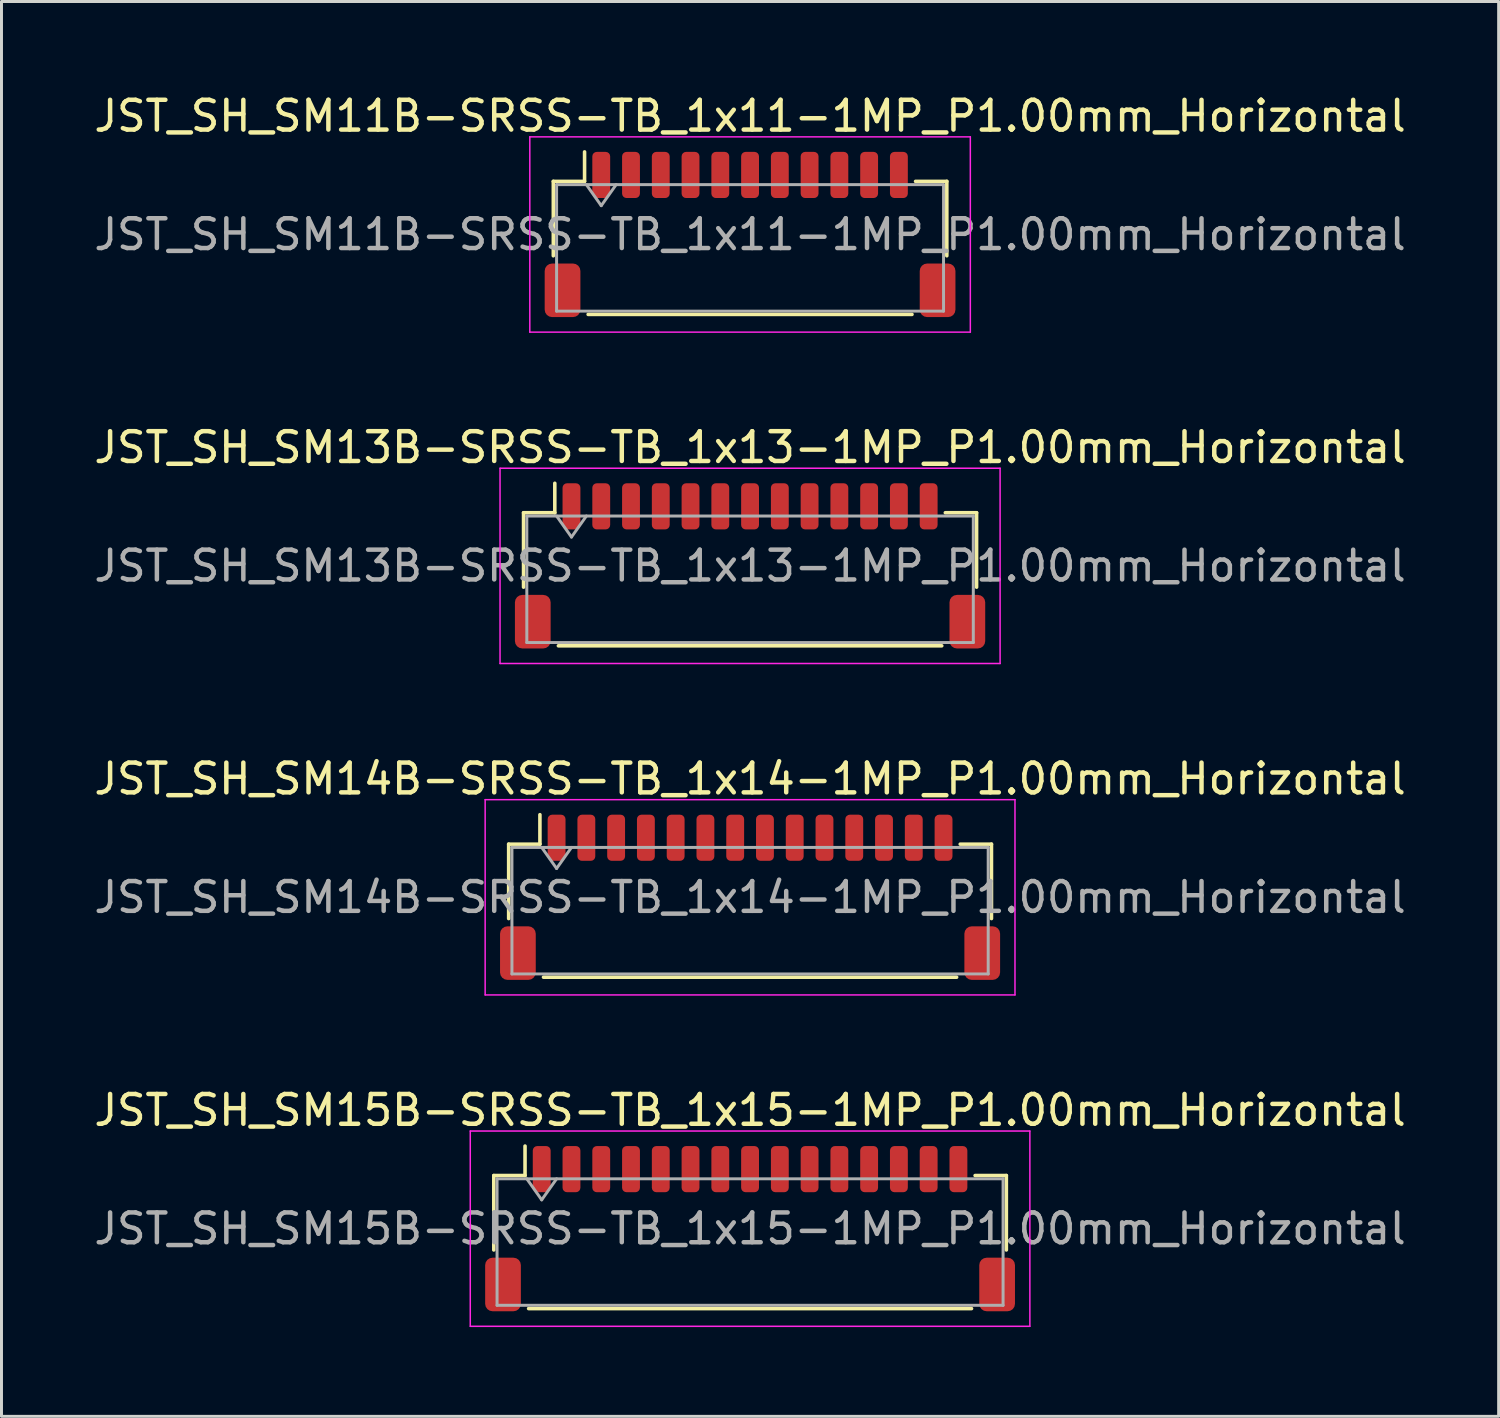
<source format=kicad_pcb>
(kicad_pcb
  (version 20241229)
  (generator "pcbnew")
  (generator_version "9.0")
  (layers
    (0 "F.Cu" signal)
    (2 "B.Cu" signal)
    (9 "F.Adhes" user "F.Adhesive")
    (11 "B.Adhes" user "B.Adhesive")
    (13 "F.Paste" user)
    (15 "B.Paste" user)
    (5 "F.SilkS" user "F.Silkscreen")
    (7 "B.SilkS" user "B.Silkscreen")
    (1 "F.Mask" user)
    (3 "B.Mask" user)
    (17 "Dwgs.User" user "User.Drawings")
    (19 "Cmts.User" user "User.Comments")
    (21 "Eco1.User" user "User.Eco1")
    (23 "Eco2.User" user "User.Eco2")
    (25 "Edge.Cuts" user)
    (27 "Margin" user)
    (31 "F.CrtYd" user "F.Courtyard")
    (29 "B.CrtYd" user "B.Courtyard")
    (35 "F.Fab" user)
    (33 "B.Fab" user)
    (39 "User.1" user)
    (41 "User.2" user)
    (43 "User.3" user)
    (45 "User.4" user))
  (footprint "JST_SH_SM14B-SRSS-TB_1x14-1MP_P1.00mm_Horizontal"
    (layer "F.Cu")
    (at 22.149 27.095)
    (property "Reference" "JST_SH_SM14B-SRSS-TB_1x14-1MP_P1.00mm_Horizontal" (at 0 -3.98 0) (layer "F.SilkS") (effects (font (size 1 1) (thickness 0.15))))
    (attr smd)
    (fp_line (start -8.11 -1.785) (end -7.06 -1.785) (stroke (width 0.12) (type solid)) (layer "F.SilkS"))
    (fp_line (start -8.11 0.715) (end -8.11 -1.785) (stroke (width 0.12) (type solid)) (layer "F.SilkS"))
    (fp_line (start -7.06 -1.785) (end -7.06 -2.775) (stroke (width 0.12) (type solid)) (layer "F.SilkS"))
    (fp_line (start -6.94 2.685) (end 6.94 2.685) (stroke (width 0.12) (type solid)) (layer "F.SilkS"))
    (fp_line (start 8.11 -1.785) (end 7.06 -1.785) (stroke (width 0.12) (type solid)) (layer "F.SilkS"))
    (fp_line (start 8.11 0.715) (end 8.11 -1.785) (stroke (width 0.12) (type solid)) (layer "F.SilkS"))
    (fp_line (start -8.9 -3.28) (end -8.9 3.28) (stroke (width 0.05) (type solid)) (layer "F.CrtYd"))
    (fp_line (start -8.9 3.28) (end 8.9 3.28) (stroke (width 0.05) (type solid)) (layer "F.CrtYd"))
    (fp_line (start 8.9 -3.28) (end -8.9 -3.28) (stroke (width 0.05) (type solid)) (layer "F.CrtYd"))
    (fp_line (start 8.9 3.28) (end 8.9 -3.28) (stroke (width 0.05) (type solid)) (layer "F.CrtYd"))
    (fp_line (start -8 -1.675) (end -8 2.575) (stroke (width 0.1) (type solid)) (layer "F.Fab"))
    (fp_line (start -8 -1.675) (end 8 -1.675) (stroke (width 0.1) (type solid)) (layer "F.Fab"))
    (fp_line (start -8 2.575) (end 8 2.575) (stroke (width 0.1) (type solid)) (layer "F.Fab"))
    (fp_line (start -7 -1.675) (end -6.5 -0.968) (stroke (width 0.1) (type solid)) (layer "F.Fab"))
    (fp_line (start -6.5 -0.968) (end -6 -1.675) (stroke (width 0.1) (type solid)) (layer "F.Fab"))
    (fp_line (start 8 -1.675) (end 8 2.575) (stroke (width 0.1) (type solid)) (layer "F.Fab"))
    (fp_text user "${REFERENCE}" (at 0 0 0) (layer "F.Fab") (effects (font (size 1 1) (thickness 0.15))))
    (pad "1" smd roundrect (at -6.5 -2) (size 0.6 1.55) (layers "F.Cu" "F.Mask" "F.Paste") (roundrect_rratio 0.25))
    (pad "2" smd roundrect (at -5.5 -2) (size 0.6 1.55) (layers "F.Cu" "F.Mask" "F.Paste") (roundrect_rratio 0.25))
    (pad "3" smd roundrect (at -4.5 -2) (size 0.6 1.55) (layers "F.Cu" "F.Mask" "F.Paste") (roundrect_rratio 0.25))
    (pad "4" smd roundrect (at -3.5 -2) (size 0.6 1.55) (layers "F.Cu" "F.Mask" "F.Paste") (roundrect_rratio 0.25))
    (pad "5" smd roundrect (at -2.5 -2) (size 0.6 1.55) (layers "F.Cu" "F.Mask" "F.Paste") (roundrect_rratio 0.25))
    (pad "6" smd roundrect (at -1.5 -2) (size 0.6 1.55) (layers "F.Cu" "F.Mask" "F.Paste") (roundrect_rratio 0.25))
    (pad "7" smd roundrect (at -0.5 -2) (size 0.6 1.55) (layers "F.Cu" "F.Mask" "F.Paste") (roundrect_rratio 0.25))
    (pad "8" smd roundrect (at 0.5 -2) (size 0.6 1.55) (layers "F.Cu" "F.Mask" "F.Paste") (roundrect_rratio 0.25))
    (pad "9" smd roundrect (at 1.5 -2) (size 0.6 1.55) (layers "F.Cu" "F.Mask" "F.Paste") (roundrect_rratio 0.25))
    (pad "10" smd roundrect (at 2.5 -2) (size 0.6 1.55) (layers "F.Cu" "F.Mask" "F.Paste") (roundrect_rratio 0.25))
    (pad "11" smd roundrect (at 3.5 -2) (size 0.6 1.55) (layers "F.Cu" "F.Mask" "F.Paste") (roundrect_rratio 0.25))
    (pad "12" smd roundrect (at 4.5 -2) (size 0.6 1.55) (layers "F.Cu" "F.Mask" "F.Paste") (roundrect_rratio 0.25))
    (pad "13" smd roundrect (at 5.5 -2) (size 0.6 1.55) (layers "F.Cu" "F.Mask" "F.Paste") (roundrect_rratio 0.25))
    (pad "14" smd roundrect (at 6.5 -2) (size 0.6 1.55) (layers "F.Cu" "F.Mask" "F.Paste") (roundrect_rratio 0.25))
    (pad "MP" smd roundrect (at -7.8 1.875) (size 1.2 1.8) (layers "F.Cu" "F.Mask" "F.Paste") (roundrect_rratio 0.208))
    (pad "MP" smd roundrect (at 7.8 1.875) (size 1.2 1.8) (layers "F.Cu" "F.Mask" "F.Paste") (roundrect_rratio 0.208)))
  (footprint "JST_SH_SM13B-SRSS-TB_1x13-1MP_P1.00mm_Horizontal"
    (layer "F.Cu")
    (at 22.149 15.961)
    (property "Reference" "JST_SH_SM13B-SRSS-TB_1x13-1MP_P1.00mm_Horizontal" (at 0 -3.98 0) (layer "F.SilkS") (effects (font (size 1 1) (thickness 0.15))))
    (attr smd)
    (fp_line (start -7.61 -1.785) (end -6.56 -1.785) (stroke (width 0.12) (type solid)) (layer "F.SilkS"))
    (fp_line (start -7.61 0.715) (end -7.61 -1.785) (stroke (width 0.12) (type solid)) (layer "F.SilkS"))
    (fp_line (start -6.56 -1.785) (end -6.56 -2.775) (stroke (width 0.12) (type solid)) (layer "F.SilkS"))
    (fp_line (start -6.44 2.685) (end 6.44 2.685) (stroke (width 0.12) (type solid)) (layer "F.SilkS"))
    (fp_line (start 7.61 -1.785) (end 6.56 -1.785) (stroke (width 0.12) (type solid)) (layer "F.SilkS"))
    (fp_line (start 7.61 0.715) (end 7.61 -1.785) (stroke (width 0.12) (type solid)) (layer "F.SilkS"))
    (fp_line (start -8.4 -3.28) (end -8.4 3.28) (stroke (width 0.05) (type solid)) (layer "F.CrtYd"))
    (fp_line (start -8.4 3.28) (end 8.4 3.28) (stroke (width 0.05) (type solid)) (layer "F.CrtYd"))
    (fp_line (start 8.4 -3.28) (end -8.4 -3.28) (stroke (width 0.05) (type solid)) (layer "F.CrtYd"))
    (fp_line (start 8.4 3.28) (end 8.4 -3.28) (stroke (width 0.05) (type solid)) (layer "F.CrtYd"))
    (fp_line (start -7.5 -1.675) (end -7.5 2.575) (stroke (width 0.1) (type solid)) (layer "F.Fab"))
    (fp_line (start -7.5 -1.675) (end 7.5 -1.675) (stroke (width 0.1) (type solid)) (layer "F.Fab"))
    (fp_line (start -7.5 2.575) (end 7.5 2.575) (stroke (width 0.1) (type solid)) (layer "F.Fab"))
    (fp_line (start -6.5 -1.675) (end -6 -0.968) (stroke (width 0.1) (type solid)) (layer "F.Fab"))
    (fp_line (start -6 -0.968) (end -5.5 -1.675) (stroke (width 0.1) (type solid)) (layer "F.Fab"))
    (fp_line (start 7.5 -1.675) (end 7.5 2.575) (stroke (width 0.1) (type solid)) (layer "F.Fab"))
    (fp_text user "${REFERENCE}" (at 0 0 0) (layer "F.Fab") (effects (font (size 1 1) (thickness 0.15))))
    (pad "1" smd roundrect (at -6 -2) (size 0.6 1.55) (layers "F.Cu" "F.Mask" "F.Paste") (roundrect_rratio 0.25))
    (pad "2" smd roundrect (at -5 -2) (size 0.6 1.55) (layers "F.Cu" "F.Mask" "F.Paste") (roundrect_rratio 0.25))
    (pad "3" smd roundrect (at -4 -2) (size 0.6 1.55) (layers "F.Cu" "F.Mask" "F.Paste") (roundrect_rratio 0.25))
    (pad "4" smd roundrect (at -3 -2) (size 0.6 1.55) (layers "F.Cu" "F.Mask" "F.Paste") (roundrect_rratio 0.25))
    (pad "5" smd roundrect (at -2 -2) (size 0.6 1.55) (layers "F.Cu" "F.Mask" "F.Paste") (roundrect_rratio 0.25))
    (pad "6" smd roundrect (at -1 -2) (size 0.6 1.55) (layers "F.Cu" "F.Mask" "F.Paste") (roundrect_rratio 0.25))
    (pad "7" smd roundrect (at 0 -2) (size 0.6 1.55) (layers "F.Cu" "F.Mask" "F.Paste") (roundrect_rratio 0.25))
    (pad "8" smd roundrect (at 1 -2) (size 0.6 1.55) (layers "F.Cu" "F.Mask" "F.Paste") (roundrect_rratio 0.25))
    (pad "9" smd roundrect (at 2 -2) (size 0.6 1.55) (layers "F.Cu" "F.Mask" "F.Paste") (roundrect_rratio 0.25))
    (pad "10" smd roundrect (at 3 -2) (size 0.6 1.55) (layers "F.Cu" "F.Mask" "F.Paste") (roundrect_rratio 0.25))
    (pad "11" smd roundrect (at 4 -2) (size 0.6 1.55) (layers "F.Cu" "F.Mask" "F.Paste") (roundrect_rratio 0.25))
    (pad "12" smd roundrect (at 5 -2) (size 0.6 1.55) (layers "F.Cu" "F.Mask" "F.Paste") (roundrect_rratio 0.25))
    (pad "13" smd roundrect (at 6 -2) (size 0.6 1.55) (layers "F.Cu" "F.Mask" "F.Paste") (roundrect_rratio 0.25))
    (pad "MP" smd roundrect (at -7.3 1.875) (size 1.2 1.8) (layers "F.Cu" "F.Mask" "F.Paste") (roundrect_rratio 0.208))
    (pad "MP" smd roundrect (at 7.3 1.875) (size 1.2 1.8) (layers "F.Cu" "F.Mask" "F.Paste") (roundrect_rratio 0.208)))
  (footprint "JST_SH_SM15B-SRSS-TB_1x15-1MP_P1.00mm_Horizontal"
    (layer "F.Cu")
    (at 22.149 38.228)
    (property "Reference" "JST_SH_SM15B-SRSS-TB_1x15-1MP_P1.00mm_Horizontal" (at 0 -3.98 0) (layer "F.SilkS") (effects (font (size 1 1) (thickness 0.15))))
    (attr smd)
    (fp_line (start -8.61 -1.785) (end -7.56 -1.785) (stroke (width 0.12) (type solid)) (layer "F.SilkS"))
    (fp_line (start -8.61 0.715) (end -8.61 -1.785) (stroke (width 0.12) (type solid)) (layer "F.SilkS"))
    (fp_line (start -7.56 -1.785) (end -7.56 -2.775) (stroke (width 0.12) (type solid)) (layer "F.SilkS"))
    (fp_line (start -7.44 2.685) (end 7.44 2.685) (stroke (width 0.12) (type solid)) (layer "F.SilkS"))
    (fp_line (start 8.61 -1.785) (end 7.56 -1.785) (stroke (width 0.12) (type solid)) (layer "F.SilkS"))
    (fp_line (start 8.61 0.715) (end 8.61 -1.785) (stroke (width 0.12) (type solid)) (layer "F.SilkS"))
    (fp_line (start -9.4 -3.28) (end -9.4 3.28) (stroke (width 0.05) (type solid)) (layer "F.CrtYd"))
    (fp_line (start -9.4 3.28) (end 9.4 3.28) (stroke (width 0.05) (type solid)) (layer "F.CrtYd"))
    (fp_line (start 9.4 -3.28) (end -9.4 -3.28) (stroke (width 0.05) (type solid)) (layer "F.CrtYd"))
    (fp_line (start 9.4 3.28) (end 9.4 -3.28) (stroke (width 0.05) (type solid)) (layer "F.CrtYd"))
    (fp_line (start -8.5 -1.675) (end -8.5 2.575) (stroke (width 0.1) (type solid)) (layer "F.Fab"))
    (fp_line (start -8.5 -1.675) (end 8.5 -1.675) (stroke (width 0.1) (type solid)) (layer "F.Fab"))
    (fp_line (start -8.5 2.575) (end 8.5 2.575) (stroke (width 0.1) (type solid)) (layer "F.Fab"))
    (fp_line (start -7.5 -1.675) (end -7 -0.968) (stroke (width 0.1) (type solid)) (layer "F.Fab"))
    (fp_line (start -7 -0.968) (end -6.5 -1.675) (stroke (width 0.1) (type solid)) (layer "F.Fab"))
    (fp_line (start 8.5 -1.675) (end 8.5 2.575) (stroke (width 0.1) (type solid)) (layer "F.Fab"))
    (fp_text user "${REFERENCE}" (at 0 0 0) (layer "F.Fab") (effects (font (size 1 1) (thickness 0.15))))
    (pad "1" smd roundrect (at -7 -2) (size 0.6 1.55) (layers "F.Cu" "F.Mask" "F.Paste") (roundrect_rratio 0.25))
    (pad "2" smd roundrect (at -6 -2) (size 0.6 1.55) (layers "F.Cu" "F.Mask" "F.Paste") (roundrect_rratio 0.25))
    (pad "3" smd roundrect (at -5 -2) (size 0.6 1.55) (layers "F.Cu" "F.Mask" "F.Paste") (roundrect_rratio 0.25))
    (pad "4" smd roundrect (at -4 -2) (size 0.6 1.55) (layers "F.Cu" "F.Mask" "F.Paste") (roundrect_rratio 0.25))
    (pad "5" smd roundrect (at -3 -2) (size 0.6 1.55) (layers "F.Cu" "F.Mask" "F.Paste") (roundrect_rratio 0.25))
    (pad "6" smd roundrect (at -2 -2) (size 0.6 1.55) (layers "F.Cu" "F.Mask" "F.Paste") (roundrect_rratio 0.25))
    (pad "7" smd roundrect (at -1 -2) (size 0.6 1.55) (layers "F.Cu" "F.Mask" "F.Paste") (roundrect_rratio 0.25))
    (pad "8" smd roundrect (at 0 -2) (size 0.6 1.55) (layers "F.Cu" "F.Mask" "F.Paste") (roundrect_rratio 0.25))
    (pad "9" smd roundrect (at 1 -2) (size 0.6 1.55) (layers "F.Cu" "F.Mask" "F.Paste") (roundrect_rratio 0.25))
    (pad "10" smd roundrect (at 2 -2) (size 0.6 1.55) (layers "F.Cu" "F.Mask" "F.Paste") (roundrect_rratio 0.25))
    (pad "11" smd roundrect (at 3 -2) (size 0.6 1.55) (layers "F.Cu" "F.Mask" "F.Paste") (roundrect_rratio 0.25))
    (pad "12" smd roundrect (at 4 -2) (size 0.6 1.55) (layers "F.Cu" "F.Mask" "F.Paste") (roundrect_rratio 0.25))
    (pad "13" smd roundrect (at 5 -2) (size 0.6 1.55) (layers "F.Cu" "F.Mask" "F.Paste") (roundrect_rratio 0.25))
    (pad "14" smd roundrect (at 6 -2) (size 0.6 1.55) (layers "F.Cu" "F.Mask" "F.Paste") (roundrect_rratio 0.25))
    (pad "15" smd roundrect (at 7 -2) (size 0.6 1.55) (layers "F.Cu" "F.Mask" "F.Paste") (roundrect_rratio 0.25))
    (pad "MP" smd roundrect (at -8.3 1.875) (size 1.2 1.8) (layers "F.Cu" "F.Mask" "F.Paste") (roundrect_rratio 0.208))
    (pad "MP" smd roundrect (at 8.3 1.875) (size 1.2 1.8) (layers "F.Cu" "F.Mask" "F.Paste") (roundrect_rratio 0.208)))
  (footprint "JST_SH_SM11B-SRSS-TB_1x11-1MP_P1.00mm_Horizontal"
    (layer "F.Cu")
    (at 22.149 4.828)
    (property "Reference" "JST_SH_SM11B-SRSS-TB_1x11-1MP_P1.00mm_Horizontal" (at 0 -3.98 0) (layer "F.SilkS") (effects (font (size 1 1) (thickness 0.15))))
    (attr smd)
    (fp_line (start -6.61 -1.785) (end -5.56 -1.785) (stroke (width 0.12) (type solid)) (layer "F.SilkS"))
    (fp_line (start -6.61 0.715) (end -6.61 -1.785) (stroke (width 0.12) (type solid)) (layer "F.SilkS"))
    (fp_line (start -5.56 -1.785) (end -5.56 -2.775) (stroke (width 0.12) (type solid)) (layer "F.SilkS"))
    (fp_line (start -5.44 2.685) (end 5.44 2.685) (stroke (width 0.12) (type solid)) (layer "F.SilkS"))
    (fp_line (start 6.61 -1.785) (end 5.56 -1.785) (stroke (width 0.12) (type solid)) (layer "F.SilkS"))
    (fp_line (start 6.61 0.715) (end 6.61 -1.785) (stroke (width 0.12) (type solid)) (layer "F.SilkS"))
    (fp_line (start -7.4 -3.28) (end -7.4 3.28) (stroke (width 0.05) (type solid)) (layer "F.CrtYd"))
    (fp_line (start -7.4 3.28) (end 7.4 3.28) (stroke (width 0.05) (type solid)) (layer "F.CrtYd"))
    (fp_line (start 7.4 -3.28) (end -7.4 -3.28) (stroke (width 0.05) (type solid)) (layer "F.CrtYd"))
    (fp_line (start 7.4 3.28) (end 7.4 -3.28) (stroke (width 0.05) (type solid)) (layer "F.CrtYd"))
    (fp_line (start -6.5 -1.675) (end -6.5 2.575) (stroke (width 0.1) (type solid)) (layer "F.Fab"))
    (fp_line (start -6.5 -1.675) (end 6.5 -1.675) (stroke (width 0.1) (type solid)) (layer "F.Fab"))
    (fp_line (start -6.5 2.575) (end 6.5 2.575) (stroke (width 0.1) (type solid)) (layer "F.Fab"))
    (fp_line (start -5.5 -1.675) (end -5 -0.968) (stroke (width 0.1) (type solid)) (layer "F.Fab"))
    (fp_line (start -5 -0.968) (end -4.5 -1.675) (stroke (width 0.1) (type solid)) (layer "F.Fab"))
    (fp_line (start 6.5 -1.675) (end 6.5 2.575) (stroke (width 0.1) (type solid)) (layer "F.Fab"))
    (fp_text user "${REFERENCE}" (at 0 0 0) (layer "F.Fab") (effects (font (size 1 1) (thickness 0.15))))
    (pad "1" smd roundrect (at -5 -2) (size 0.6 1.55) (layers "F.Cu" "F.Mask" "F.Paste") (roundrect_rratio 0.25))
    (pad "2" smd roundrect (at -4 -2) (size 0.6 1.55) (layers "F.Cu" "F.Mask" "F.Paste") (roundrect_rratio 0.25))
    (pad "3" smd roundrect (at -3 -2) (size 0.6 1.55) (layers "F.Cu" "F.Mask" "F.Paste") (roundrect_rratio 0.25))
    (pad "4" smd roundrect (at -2 -2) (size 0.6 1.55) (layers "F.Cu" "F.Mask" "F.Paste") (roundrect_rratio 0.25))
    (pad "5" smd roundrect (at -1 -2) (size 0.6 1.55) (layers "F.Cu" "F.Mask" "F.Paste") (roundrect_rratio 0.25))
    (pad "6" smd roundrect (at 0 -2) (size 0.6 1.55) (layers "F.Cu" "F.Mask" "F.Paste") (roundrect_rratio 0.25))
    (pad "7" smd roundrect (at 1 -2) (size 0.6 1.55) (layers "F.Cu" "F.Mask" "F.Paste") (roundrect_rratio 0.25))
    (pad "8" smd roundrect (at 2 -2) (size 0.6 1.55) (layers "F.Cu" "F.Mask" "F.Paste") (roundrect_rratio 0.25))
    (pad "9" smd roundrect (at 3 -2) (size 0.6 1.55) (layers "F.Cu" "F.Mask" "F.Paste") (roundrect_rratio 0.25))
    (pad "10" smd roundrect (at 4 -2) (size 0.6 1.55) (layers "F.Cu" "F.Mask" "F.Paste") (roundrect_rratio 0.25))
    (pad "11" smd roundrect (at 5 -2) (size 0.6 1.55) (layers "F.Cu" "F.Mask" "F.Paste") (roundrect_rratio 0.25))
    (pad "MP" smd roundrect (at -6.3 1.875) (size 1.2 1.8) (layers "F.Cu" "F.Mask" "F.Paste") (roundrect_rratio 0.208))
    (pad "MP" smd roundrect (at 6.3 1.875) (size 1.2 1.8) (layers "F.Cu" "F.Mask" "F.Paste") (roundrect_rratio 0.208)))
  (gr_rect
    (start -3 -3)
    (end 47.298 44.533)
    (stroke (width 0.1) (type default))
    (fill no)
    (layer "Edge.Cuts")))
</source>
